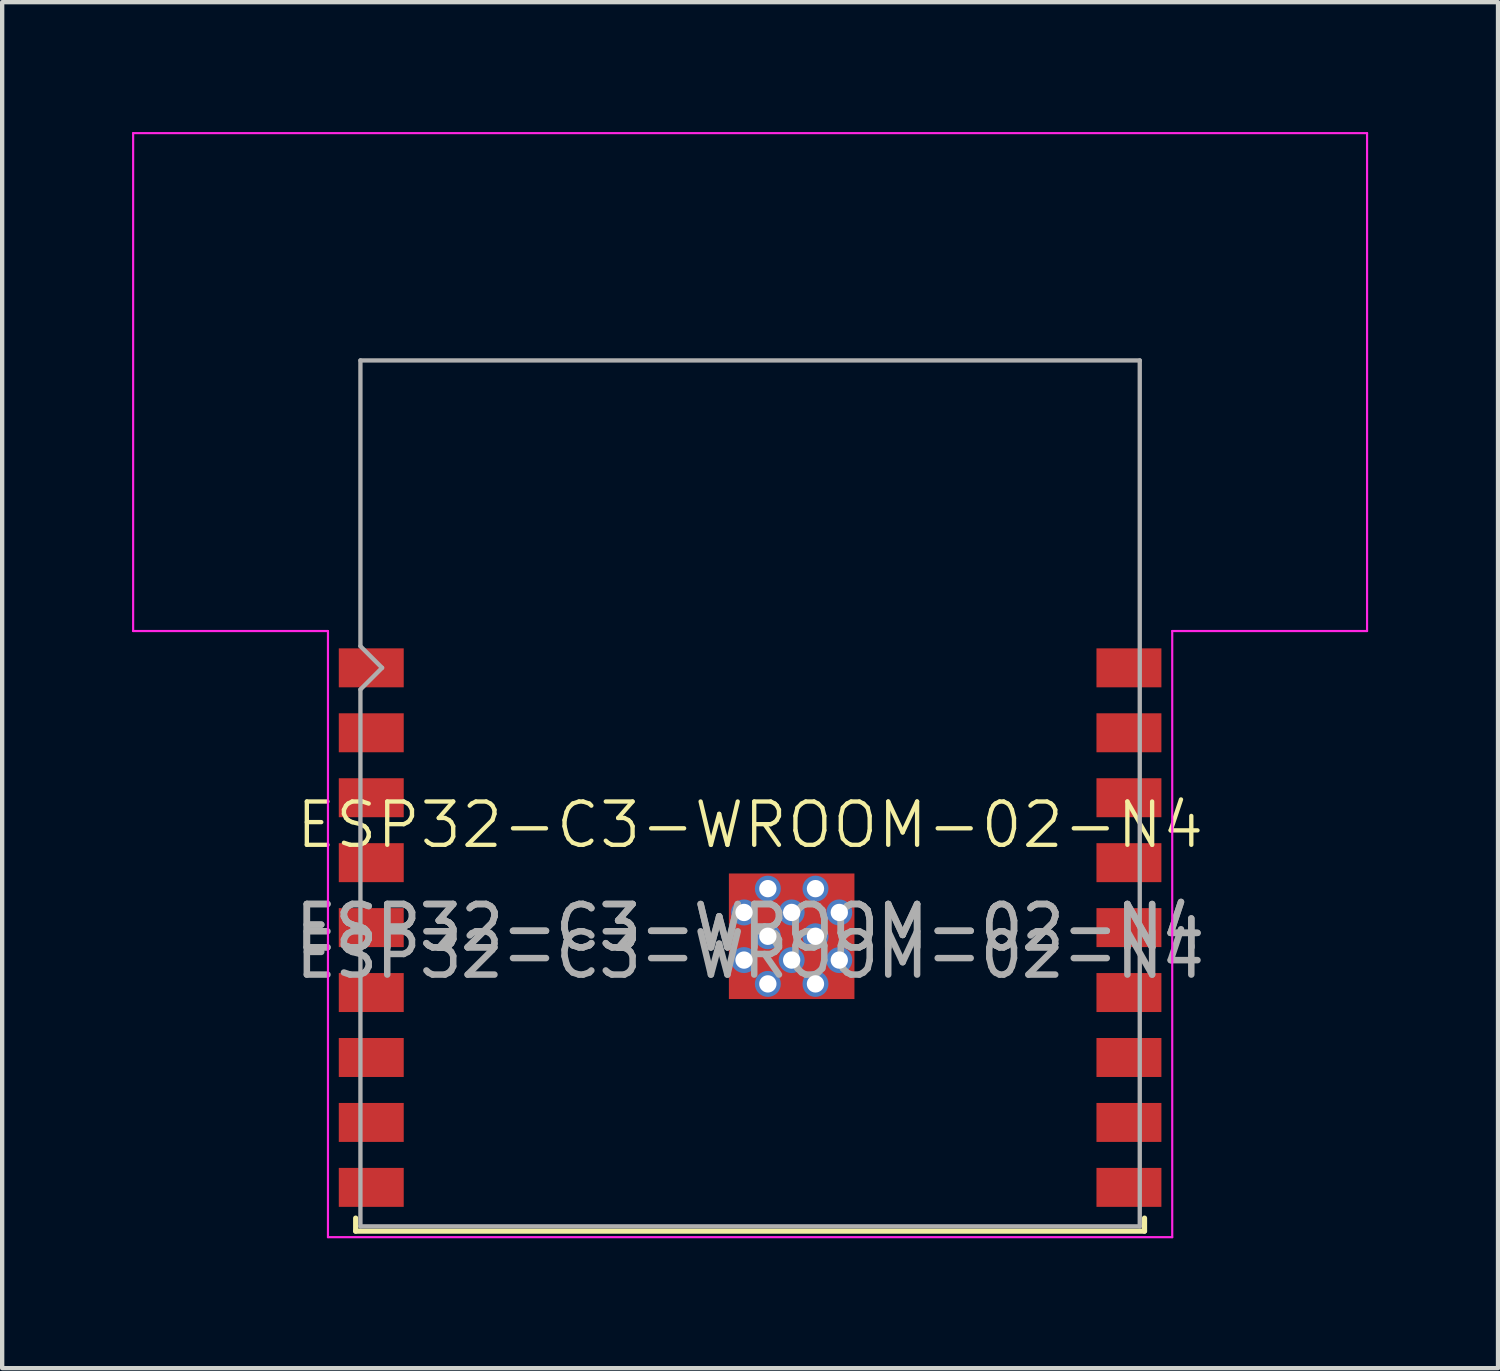
<source format=kicad_pcb>
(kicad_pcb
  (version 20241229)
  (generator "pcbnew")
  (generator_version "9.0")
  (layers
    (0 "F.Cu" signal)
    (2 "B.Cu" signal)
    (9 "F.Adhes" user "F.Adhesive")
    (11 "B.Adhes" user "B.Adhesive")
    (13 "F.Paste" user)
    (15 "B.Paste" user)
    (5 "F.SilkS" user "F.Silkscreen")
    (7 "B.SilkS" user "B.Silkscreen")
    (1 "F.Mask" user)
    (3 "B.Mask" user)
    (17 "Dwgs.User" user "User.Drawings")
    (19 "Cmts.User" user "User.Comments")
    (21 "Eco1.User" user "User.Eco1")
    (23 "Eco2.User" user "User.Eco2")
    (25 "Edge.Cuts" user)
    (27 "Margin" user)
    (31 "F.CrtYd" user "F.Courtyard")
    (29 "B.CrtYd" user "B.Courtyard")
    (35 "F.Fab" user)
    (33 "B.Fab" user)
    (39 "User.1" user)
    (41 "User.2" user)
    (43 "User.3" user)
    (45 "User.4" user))
  (footprint "ESP32-C3-WROOM-02-N4"
    (layer "F.Cu")
    (at 14.275 16.505)
    (property "Reference" "ESP32-C3-WROOM-02-N4" (at 0 -0.5 0) (unlocked yes) (layer "F.SilkS") (effects (font (size 1 1) (thickness 0.1))))
    (attr smd)
    (fp_line (start -9.11 8.58) (end -9.11 8.88) (stroke (width 0.12) (type solid)) (layer "F.SilkS"))
    (fp_line (start -9.11 8.88) (end 9.11 8.88) (stroke (width 0.12) (type solid)) (layer "F.SilkS"))
    (fp_line (start 9.11 8.58) (end 9.11 8.88) (stroke (width 0.12) (type solid)) (layer "F.SilkS"))
    (fp_line (start -14.25 -16.48) (end -14.25 -4.98) (stroke (width 0.05) (type solid)) (layer "F.CrtYd"))
    (fp_line (start -14.25 -16.48) (end 14.25 -16.48) (stroke (width 0.05) (type solid)) (layer "F.CrtYd"))
    (fp_line (start -14.25 -4.98) (end -9.75 -4.98) (stroke (width 0.05) (type solid)) (layer "F.CrtYd"))
    (fp_line (start -9.75 9.02) (end -9.75 -4.98) (stroke (width 0.05) (type solid)) (layer "F.CrtYd"))
    (fp_line (start -9.75 9.02) (end 9.75 9.02) (stroke (width 0.05) (type solid)) (layer "F.CrtYd"))
    (fp_line (start 9.75 -4.98) (end 9.75 9.02) (stroke (width 0.05) (type solid)) (layer "F.CrtYd"))
    (fp_line (start 9.75 -4.98) (end 14.25 -4.98) (stroke (width 0.05) (type solid)) (layer "F.CrtYd"))
    (fp_line (start 14.25 -16.48) (end 14.25 -4.98) (stroke (width 0.05) (type solid)) (layer "F.CrtYd"))
    (fp_line (start -9 -11.23) (end -9 -4.63) (stroke (width 0.1) (type solid)) (layer "F.Fab"))
    (fp_line (start -9 -11.23) (end 9 -11.23) (stroke (width 0.1) (type solid)) (layer "F.Fab"))
    (fp_line (start -9 -4.63) (end -8.5 -4.13) (stroke (width 0.1) (type solid)) (layer "F.Fab"))
    (fp_line (start -9 -3.63) (end -9 8.77) (stroke (width 0.1) (type solid)) (layer "F.Fab"))
    (fp_line (start -9 8.77) (end 9 8.77) (stroke (width 0.1) (type solid)) (layer "F.Fab"))
    (fp_line (start -8.5 -4.13) (end -9 -3.63) (stroke (width 0.1) (type solid)) (layer "F.Fab"))
    (fp_line (start 9 8.77) (end 9 -11.23) (stroke (width 0.1) (type solid)) (layer "F.Fab"))
    (fp_text user "${REFERENCE}" (at 0 1.87 0) (layer "F.Fab") (effects (font (size 1 1) (thickness 0.15))))
    (fp_text user "${REFERENCE}" (at 0 2.5 0) (unlocked yes) (layer "F.Fab") (effects (font (size 1 1) (thickness 0.15))))
    (fp_text user "${REFERENCE}" (at 0 1.87 0) (layer "F.Fab") (effects (font (size 1 1) (thickness 0.15))))
    (pad "" smd rect (at -0.14 0.97) (size 0.7 0.7) (layers "F.Paste"))
    (pad "" smd rect (at -0.14 2.07) (size 0.7 0.7) (layers "F.Paste"))
    (pad "" smd rect (at -0.14 3.17) (size 0.7 0.7) (layers "F.Paste"))
    (pad "" smd rect (at 0.96 0.97) (size 0.7 0.7) (layers "F.Paste"))
    (pad "" smd rect (at 0.96 2.07) (size 0.7 0.7) (layers "F.Paste"))
    (pad "" smd rect (at 0.96 3.17) (size 0.7 0.7) (layers "F.Paste"))
    (pad "" smd rect (at 2.06 0.97) (size 0.7 0.7) (layers "F.Paste"))
    (pad "" smd rect (at 2.06 2.07) (size 0.7 0.7) (layers "F.Paste"))
    (pad "" smd rect (at 2.06 3.17) (size 0.7 0.7) (layers "F.Paste"))
    (pad "1" smd rect (at -8.75 -4.13) (size 1.5 0.9) (layers "F.Cu" "F.Mask" "F.Paste"))
    (pad "2" smd rect (at -8.75 -2.63) (size 1.5 0.9) (layers "F.Cu" "F.Mask" "F.Paste"))
    (pad "3" smd rect (at -8.75 -1.13) (size 1.5 0.9) (layers "F.Cu" "F.Mask" "F.Paste"))
    (pad "4" smd rect (at -8.75 0.37) (size 1.5 0.9) (layers "F.Cu" "F.Mask" "F.Paste"))
    (pad "5" smd rect (at -8.75 1.87) (size 1.5 0.9) (layers "F.Cu" "F.Mask" "F.Paste"))
    (pad "6" smd rect (at -8.75 3.37) (size 1.5 0.9) (layers "F.Cu" "F.Mask" "F.Paste"))
    (pad "7" smd rect (at -8.75 4.87) (size 1.5 0.9) (layers "F.Cu" "F.Mask" "F.Paste"))
    (pad "8" smd rect (at -8.75 6.37) (size 1.5 0.9) (layers "F.Cu" "F.Mask" "F.Paste"))
    (pad "9" smd rect (at -8.75 7.87) (size 1.5 0.9) (layers "F.Cu" "F.Mask" "F.Paste"))
    (pad "10" smd rect (at 8.75 7.87) (size 1.5 0.9) (layers "F.Cu" "F.Mask" "F.Paste"))
    (pad "11" smd rect (at 8.75 6.37) (size 1.5 0.9) (layers "F.Cu" "F.Mask" "F.Paste"))
    (pad "12" smd rect (at 8.75 4.87) (size 1.5 0.9) (layers "F.Cu" "F.Mask" "F.Paste"))
    (pad "13" smd rect (at 8.75 3.37) (size 1.5 0.9) (layers "F.Cu" "F.Mask" "F.Paste"))
    (pad "14" smd rect (at 8.75 1.87) (size 1.5 0.9) (layers "F.Cu" "F.Mask" "F.Paste"))
    (pad "15" smd rect (at 8.75 0.37) (size 1.5 0.9) (layers "F.Cu" "F.Mask" "F.Paste"))
    (pad "16" smd rect (at 8.75 -1.13) (size 1.5 0.9) (layers "F.Cu" "F.Mask" "F.Paste"))
    (pad "17" smd rect (at 8.75 -2.63) (size 1.5 0.9) (layers "F.Cu" "F.Mask" "F.Paste"))
    (pad "18" smd rect (at 8.75 -4.13) (size 1.5 0.9) (layers "F.Cu" "F.Mask" "F.Paste"))
    (pad "19" thru_hole circle (at -0.14 1.52) (size 0.6 0.6) (drill 0.4) (property pad_prop_heatsink) (layers "*.Cu" "F.Mask"))
    (pad "19" thru_hole circle (at -0.14 2.62) (size 0.6 0.6) (drill 0.4) (property pad_prop_heatsink) (layers "*.Cu" "F.Mask"))
    (pad "19" thru_hole circle (at 0.41 0.97) (size 0.6 0.6) (drill 0.4) (property pad_prop_heatsink) (layers "*.Cu" "F.Mask"))
    (pad "19" thru_hole circle (at 0.41 2.07) (size 0.6 0.6) (drill 0.4) (property pad_prop_heatsink) (layers "*.Cu" "F.Mask"))
    (pad "19" thru_hole circle (at 0.41 3.17) (size 0.6 0.6) (drill 0.4) (property pad_prop_heatsink) (layers "*.Cu" "F.Mask"))
    (pad "19" thru_hole circle (at 0.96 1.52) (size 0.6 0.6) (drill 0.4) (property pad_prop_heatsink) (layers "*.Cu" "F.Mask"))
    (pad "19" smd rect (at 0.96 2.07) (size 2.9 2.9) (property pad_prop_heatsink) (layers "F.Cu" "F.Mask"))
    (pad "19" thru_hole circle (at 0.96 2.62) (size 0.6 0.6) (drill 0.4) (property pad_prop_heatsink) (layers "*.Cu" "F.Mask"))
    (pad "19" thru_hole circle (at 1.51 0.97) (size 0.6 0.6) (drill 0.4) (property pad_prop_heatsink) (layers "*.Cu" "F.Mask"))
    (pad "19" thru_hole circle (at 1.51 2.07) (size 0.6 0.6) (drill 0.4) (property pad_prop_heatsink) (layers "*.Cu" "F.Mask"))
    (pad "19" thru_hole circle (at 1.51 3.17) (size 0.6 0.6) (drill 0.4) (property pad_prop_heatsink) (layers "*.Cu" "F.Mask"))
    (pad "19" thru_hole circle (at 2.06 1.52) (size 0.6 0.6) (drill 0.4) (property pad_prop_heatsink) (layers "*.Cu" "F.Mask"))
    (pad "19" thru_hole circle (at 2.06 2.62) (size 0.6 0.6) (drill 0.4) (property pad_prop_heatsink) (layers "*.Cu" "F.Mask"))
    (zone (net_name "") (layers "F.Cu" "B.Cu") (hatch full 0.508) (connect_pads) (min_thickness 0.254) (filled_areas_thickness no) (keepout (tracks not_allowed) (vias not_allowed) (pads not_allowed) (copperpour not_allowed) (footprints not_allowed)) (placement (enabled no)) (fill) (polygon (pts (xy 0.275 11.275) (xy 28.275 11.275) (xy 28.275 0.275) (xy 0.275 0.275)))))
  (gr_rect
    (start -3 -3)
    (end 31.55 28.55)
    (stroke (width 0.1) (type default))
    (fill no)
    (layer "Edge.Cuts")))
</source>
